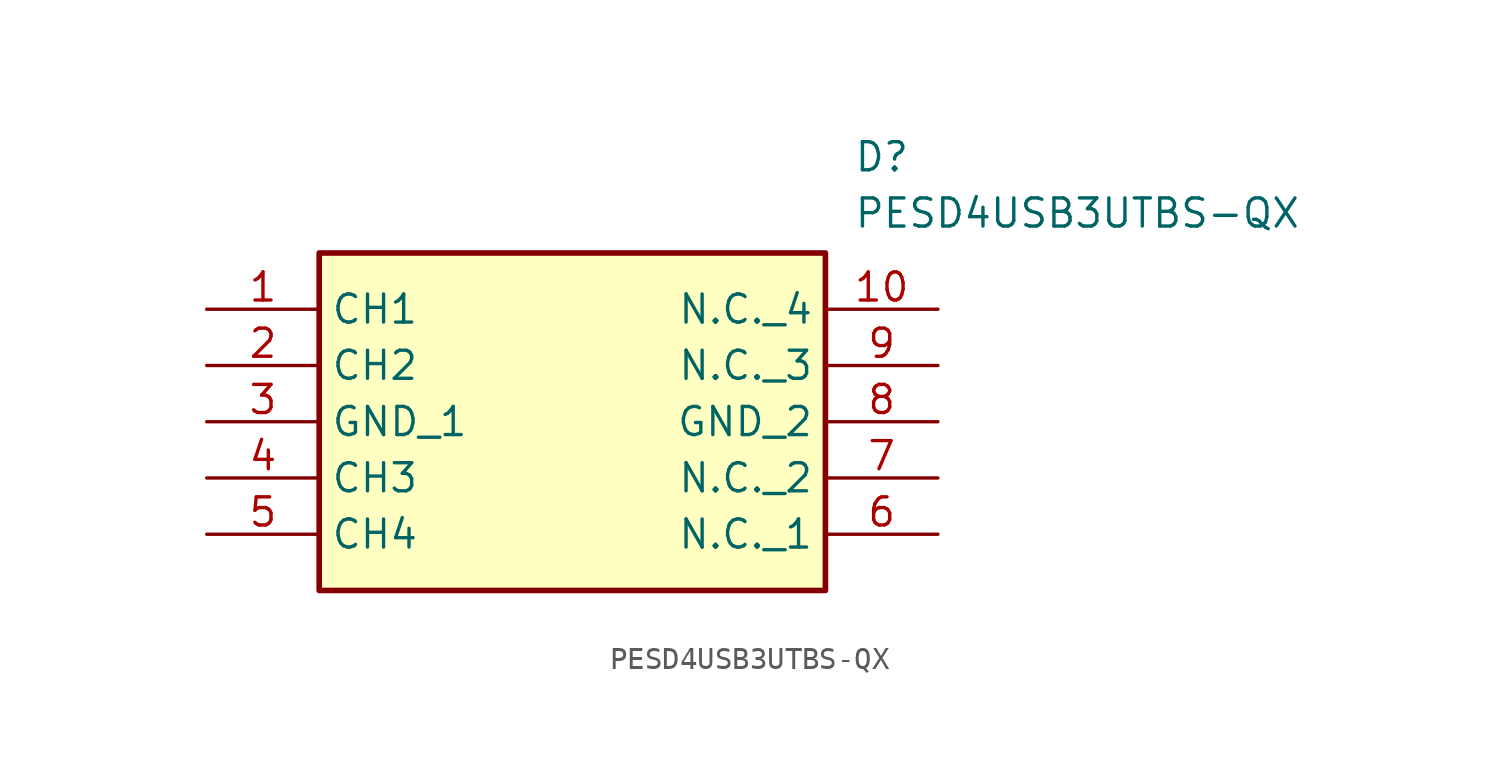
<source format=kicad_sym>
(kicad_symbol_lib
  (version 20211014)
  (generator SamacSys_ECAD_Model)
  (symbol "PESD4USB3UTBS-QX"
    (property "Reference" "D"
      (at 29.21 7.62 0)
      (effects (font (size 1.27 1.27)) (justify left top)))
    (property "Value" "PESD4USB3UTBS-QX"
      (at 29.21 5.08 0)
      (effects (font (size 1.27 1.27)) (justify left top)))
    (rectangle
      (start 5.08 2.54)
      (end 27.94 -12.7)
      (stroke (width 0.254) (type default))
      (fill (type background)))
    (pin passive line
      (at 0 0 0)
      (length 5.08)
      (name "CH1" (effects (font (size 1.27 1.27))))
      (number "1" (effects (font (size 1.27 1.27)))))
    (pin passive line
      (at 0 -2.54 0)
      (length 5.08)
      (name "CH2" (effects (font (size 1.27 1.27))))
      (number "2" (effects (font (size 1.27 1.27)))))
    (pin passive line
      (at 0 -5.08 0)
      (length 5.08)
      (name "GND_1" (effects (font (size 1.27 1.27))))
      (number "3" (effects (font (size 1.27 1.27)))))
    (pin passive line
      (at 0 -7.62 0)
      (length 5.08)
      (name "CH3" (effects (font (size 1.27 1.27))))
      (number "4" (effects (font (size 1.27 1.27)))))
    (pin passive line
      (at 0 -10.16 0)
      (length 5.08)
      (name "CH4" (effects (font (size 1.27 1.27))))
      (number "5" (effects (font (size 1.27 1.27)))))
    (pin passive line
      (at 33.02 -10.16 180)
      (length 5.08)
      (name "N.C._1" (effects (font (size 1.27 1.27))))
      (number "6" (effects (font (size 1.27 1.27)))))
    (pin passive line
      (at 33.02 -7.62 180)
      (length 5.08)
      (name "N.C._2" (effects (font (size 1.27 1.27))))
      (number "7" (effects (font (size 1.27 1.27)))))
    (pin passive line
      (at 33.02 -5.08 180)
      (length 5.08)
      (name "GND_2" (effects (font (size 1.27 1.27))))
      (number "8" (effects (font (size 1.27 1.27)))))
    (pin passive line
      (at 33.02 -2.54 180)
      (length 5.08)
      (name "N.C._3" (effects (font (size 1.27 1.27))))
      (number "9" (effects (font (size 1.27 1.27)))))
    (pin passive line
      (at 33.02 0 180)
      (length 5.08)
      (name "N.C._4" (effects (font (size 1.27 1.27))))
      (number "10" (effects (font (size 1.27 1.27)))))))
</source>
